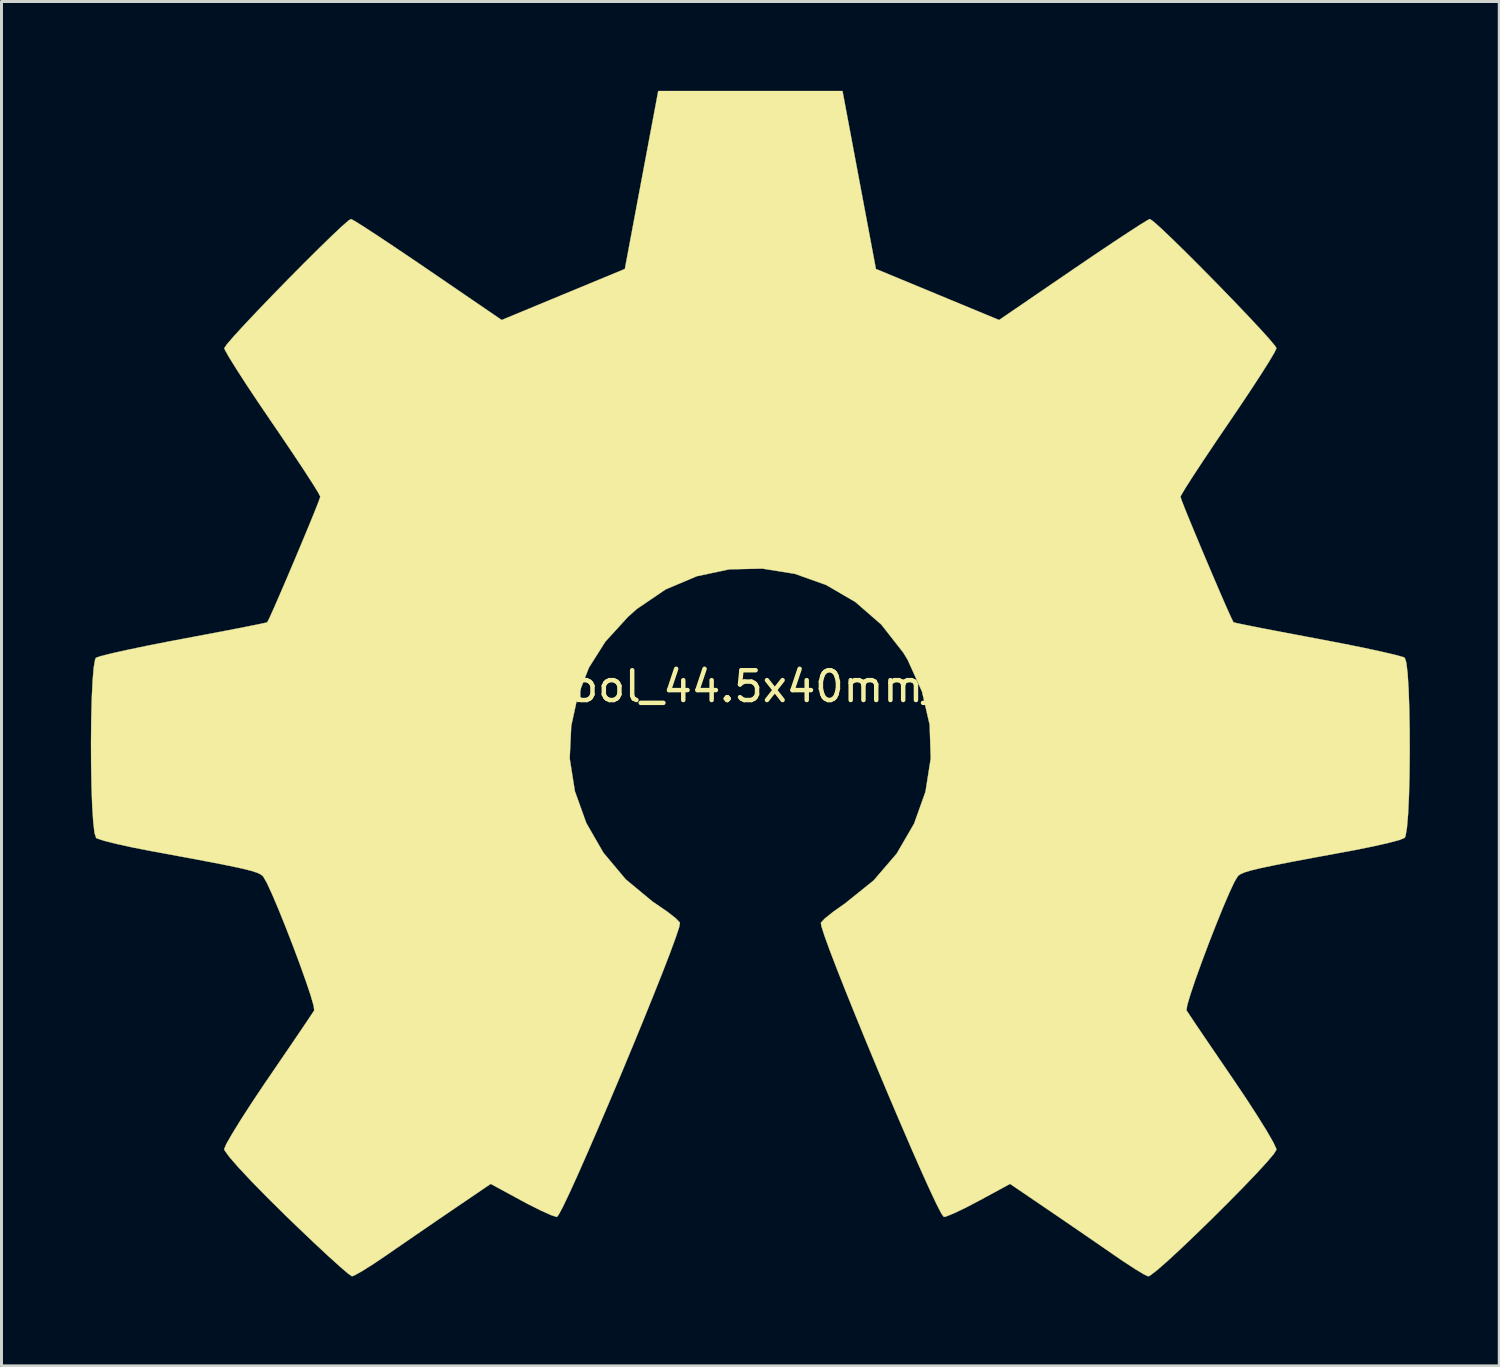
<source format=kicad_pcb>
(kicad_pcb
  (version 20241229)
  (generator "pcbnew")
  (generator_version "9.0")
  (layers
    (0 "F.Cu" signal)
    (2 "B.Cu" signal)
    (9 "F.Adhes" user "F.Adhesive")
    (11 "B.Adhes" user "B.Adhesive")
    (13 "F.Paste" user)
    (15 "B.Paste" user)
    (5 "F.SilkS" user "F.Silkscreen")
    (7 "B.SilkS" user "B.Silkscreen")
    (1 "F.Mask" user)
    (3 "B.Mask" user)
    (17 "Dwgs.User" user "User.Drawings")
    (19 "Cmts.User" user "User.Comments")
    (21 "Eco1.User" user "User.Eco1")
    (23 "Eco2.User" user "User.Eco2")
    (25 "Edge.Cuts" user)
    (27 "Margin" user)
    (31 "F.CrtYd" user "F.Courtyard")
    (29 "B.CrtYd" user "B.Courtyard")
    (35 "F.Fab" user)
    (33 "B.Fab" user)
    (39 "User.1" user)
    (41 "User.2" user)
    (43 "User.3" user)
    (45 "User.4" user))
  (footprint "OSHW-Symbol_44.5x40mm_SilkScreen"
    (layer "F.Cu")
    (at 22.072 19.989)
    (property "Reference" "OSHW-Symbol_44.5x40mm_SilkScreen" (at 0 0 0) (layer "F.SilkS") (effects (font (size 1 1) (thickness 0.15))))
    (attr exclude_from_pos_files exclude_from_bom)
    (fp_poly (pts (xy 3.714 -16.998) (xy 4.275 -14.012) (xy 6.342 -13.156) (xy 8.409 -12.299) (xy 10.888 -13.994) (xy 11.583 -14.466) (xy 12.21 -14.887) (xy 12.742 -15.238) (xy 13.148 -15.501) (xy 13.4 -15.655) (xy 13.469 -15.688) (xy 13.592 -15.603) (xy 13.857 -15.366) (xy 14.231 -15.009) (xy 14.688 -14.562) (xy 15.196 -14.054) (xy 15.726 -13.516) (xy 16.248 -12.978) (xy 16.733 -12.47) (xy 17.152 -12.023) (xy 17.475 -11.666) (xy 17.671 -11.431) (xy 17.718 -11.352) (xy 17.65 -11.207) (xy 17.461 -10.888) (xy 17.169 -10.428) (xy 16.796 -9.857) (xy 16.36 -9.207) (xy 16.107 -8.835) (xy 15.647 -8.158) (xy 15.238 -7.546) (xy 14.9 -7.032) (xy 14.653 -6.644) (xy 14.517 -6.413) (xy 14.497 -6.365) (xy 14.543 -6.227) (xy 14.669 -5.906) (xy 14.857 -5.448) (xy 15.086 -4.896) (xy 15.338 -4.296) (xy 15.594 -3.694) (xy 15.834 -3.134) (xy 16.04 -2.661) (xy 16.193 -2.322) (xy 16.273 -2.159) (xy 16.278 -2.153) (xy 16.403 -2.122) (xy 16.738 -2.053) (xy 17.247 -1.952) (xy 17.896 -1.827) (xy 18.65 -1.685) (xy 19.089 -1.602) (xy 19.895 -1.448) (xy 20.622 -1.302) (xy 21.235 -1.17) (xy 21.696 -1.063) (xy 21.969 -0.987) (xy 22.024 -0.963) (xy 22.077 -0.799) (xy 22.121 -0.43) (xy 22.154 0.101) (xy 22.176 0.752) (xy 22.189 1.479) (xy 22.191 2.239) (xy 22.183 2.989) (xy 22.165 3.686) (xy 22.136 4.286) (xy 22.097 4.747) (xy 22.049 5.025) (xy 22.02 5.082) (xy 21.845 5.152) (xy 21.475 5.251) (xy 20.958 5.368) (xy 20.344 5.492) (xy 20.13 5.532) (xy 19.097 5.722) (xy 18.28 5.875) (xy 17.654 5.998) (xy 17.191 6.095) (xy 16.864 6.174) (xy 16.646 6.24) (xy 16.511 6.299) (xy 16.431 6.358) (xy 16.42 6.37) (xy 16.308 6.557) (xy 16.137 6.922) (xy 15.924 7.419) (xy 15.687 8.005) (xy 15.441 8.634) (xy 15.206 9.261) (xy 14.996 9.843) (xy 14.831 10.334) (xy 14.726 10.689) (xy 14.698 10.865) (xy 14.7 10.871) (xy 14.794 11.014) (xy 15.005 11.33) (xy 15.313 11.785) (xy 15.695 12.346) (xy 16.128 12.981) (xy 16.252 13.162) (xy 16.692 13.816) (xy 17.079 14.413) (xy 17.393 14.918) (xy 17.611 15.298) (xy 17.713 15.517) (xy 17.718 15.544) (xy 17.632 15.686) (xy 17.395 15.966) (xy 17.037 16.356) (xy 16.588 16.824) (xy 16.08 17.34) (xy 15.542 17.875) (xy 15.005 18.398) (xy 14.5 18.879) (xy 14.057 19.288) (xy 13.706 19.595) (xy 13.479 19.769) (xy 13.416 19.797) (xy 13.27 19.73) (xy 12.97 19.549) (xy 12.566 19.286) (xy 12.255 19.073) (xy 11.692 18.684) (xy 11.024 18.225) (xy 10.355 17.767) (xy 9.995 17.522) (xy 8.777 16.694) (xy 7.755 17.249) (xy 7.289 17.493) (xy 6.893 17.682) (xy 6.625 17.79) (xy 6.557 17.805) (xy 6.475 17.694) (xy 6.313 17.381) (xy 6.083 16.894) (xy 5.798 16.263) (xy 5.469 15.516) (xy 5.109 14.682) (xy 4.729 13.79) (xy 4.342 12.869) (xy 3.96 11.949) (xy 3.595 11.056) (xy 3.258 10.222) (xy 2.963 9.474) (xy 2.721 8.841) (xy 2.544 8.353) (xy 2.444 8.038) (xy 2.428 7.93) (xy 2.555 7.792) (xy 2.834 7.568) (xy 3.206 7.305) (xy 3.237 7.284) (xy 4.199 6.51) (xy 4.974 5.608) (xy 5.556 4.606) (xy 5.939 3.532) (xy 6.115 2.416) (xy 6.079 1.286) (xy 5.822 0.172) (xy 5.339 -0.898) (xy 5.197 -1.132) (xy 4.457 -2.077) (xy 3.584 -2.836) (xy 2.607 -3.405) (xy 1.556 -3.78) (xy 0.462 -3.956) (xy -0.646 -3.931) (xy -1.736 -3.7) (xy -2.78 -3.259) (xy -3.745 -2.604) (xy -4.044 -2.338) (xy -4.804 -1.506) (xy -5.358 -0.63) (xy -5.738 0.351) (xy -5.95 1.324) (xy -6.002 2.417) (xy -5.828 3.515) (xy -5.445 4.582) (xy -4.871 5.58) (xy -4.123 6.472) (xy -3.22 7.221) (xy -3.102 7.3) (xy -2.726 7.559) (xy -2.44 7.783) (xy -2.303 7.926) (xy -2.301 7.93) (xy -2.33 8.085) (xy -2.447 8.436) (xy -2.638 8.955) (xy -2.892 9.612) (xy -3.197 10.379) (xy -3.54 11.227) (xy -3.91 12.127) (xy -4.294 13.05) (xy -4.681 13.967) (xy -5.058 14.85) (xy -5.413 15.669) (xy -5.734 16.396) (xy -6.009 17.001) (xy -6.226 17.456) (xy -6.374 17.732) (xy -6.433 17.805) (xy -6.614 17.748) (xy -6.952 17.597) (xy -7.39 17.378) (xy -7.631 17.249) (xy -8.653 16.694) (xy -9.871 17.522) (xy -10.493 17.946) (xy -11.174 18.413) (xy -11.812 18.852) (xy -12.131 19.073) (xy -12.581 19.377) (xy -12.961 19.617) (xy -13.223 19.764) (xy -13.308 19.795) (xy -13.432 19.711) (xy -13.706 19.477) (xy -14.104 19.117) (xy -14.599 18.656) (xy -15.165 18.117) (xy -15.522 17.772) (xy -16.148 17.154) (xy -16.689 16.601) (xy -17.123 16.137) (xy -17.428 15.786) (xy -17.583 15.571) (xy -17.598 15.527) (xy -17.529 15.361) (xy -17.338 15.026) (xy -17.048 14.554) (xy -16.678 13.981) (xy -16.25 13.34) (xy -16.128 13.162) (xy -15.684 12.512) (xy -15.286 11.928) (xy -14.956 11.441) (xy -14.716 11.084) (xy -14.589 10.891) (xy -14.576 10.871) (xy -14.595 10.717) (xy -14.693 10.378) (xy -14.853 9.899) (xy -15.058 9.325) (xy -15.292 8.7) (xy -15.537 8.069) (xy -15.776 7.477) (xy -15.992 6.968) (xy -16.168 6.588) (xy -16.287 6.38) (xy -16.296 6.37) (xy -16.368 6.31) (xy -16.491 6.251) (xy -16.691 6.187) (xy -16.995 6.111) (xy -17.43 6.018) (xy -18.024 5.901) (xy -18.802 5.754) (xy -19.792 5.571) (xy -20.006 5.532) (xy -20.641 5.409) (xy -21.195 5.288) (xy -21.619 5.182) (xy -21.863 5.101) (xy -21.896 5.082) (xy -21.95 4.916) (xy -21.993 4.545) (xy -22.027 4.012) (xy -22.051 3.36) (xy -22.064 2.632) (xy -22.067 1.872) (xy -22.06 1.122) (xy -22.043 0.427) (xy -22.015 -0.172) (xy -21.977 -0.631) (xy -21.929 -0.906) (xy -21.9 -0.963) (xy -21.738 -1.019) (xy -21.368 -1.112) (xy -20.828 -1.232) (xy -20.155 -1.372) (xy -19.385 -1.523) (xy -18.965 -1.602) (xy -18.169 -1.752) (xy -17.46 -1.887) (xy -16.871 -2.002) (xy -16.437 -2.089) (xy -16.194 -2.141) (xy -16.154 -2.153) (xy -16.086 -2.284) (xy -15.943 -2.6) (xy -15.744 -3.056) (xy -15.507 -3.606) (xy -15.253 -4.205) (xy -14.999 -4.809) (xy -14.765 -5.372) (xy -14.57 -5.848) (xy -14.433 -6.194) (xy -14.374 -6.363) (xy -14.373 -6.371) (xy -14.44 -6.504) (xy -14.63 -6.811) (xy -14.921 -7.262) (xy -15.295 -7.825) (xy -15.73 -8.47) (xy -15.983 -8.84) (xy -16.445 -9.52) (xy -16.855 -10.136) (xy -17.193 -10.66) (xy -17.44 -11.058) (xy -17.575 -11.299) (xy -17.594 -11.354) (xy -17.51 -11.48) (xy -17.278 -11.749) (xy -16.928 -12.132) (xy -16.489 -12.597) (xy -15.991 -13.116) (xy -15.464 -13.656) (xy -14.936 -14.189) (xy -14.438 -14.684) (xy -14 -15.111) (xy -13.651 -15.44) (xy -13.42 -15.64) (xy -13.342 -15.688) (xy -13.217 -15.621) (xy -12.916 -15.432) (xy -12.469 -15.141) (xy -11.906 -14.766) (xy -11.255 -14.328) (xy -10.764 -13.994) (xy -8.285 -12.299) (xy -6.218 -13.156) (xy -4.151 -14.012) (xy -3.591 -16.998) (xy -3.03 -19.984) (xy 3.154 -19.984) (xy 3.714 -16.998)) (stroke (width 0.01) (type solid)) (fill yes) (layer "F.SilkS")))
  (gr_rect
    (start -3 -3)
    (end 47.268 42.791)
    (stroke (width 0.1) (type default))
    (fill no)
    (layer "Edge.Cuts")))
</source>
